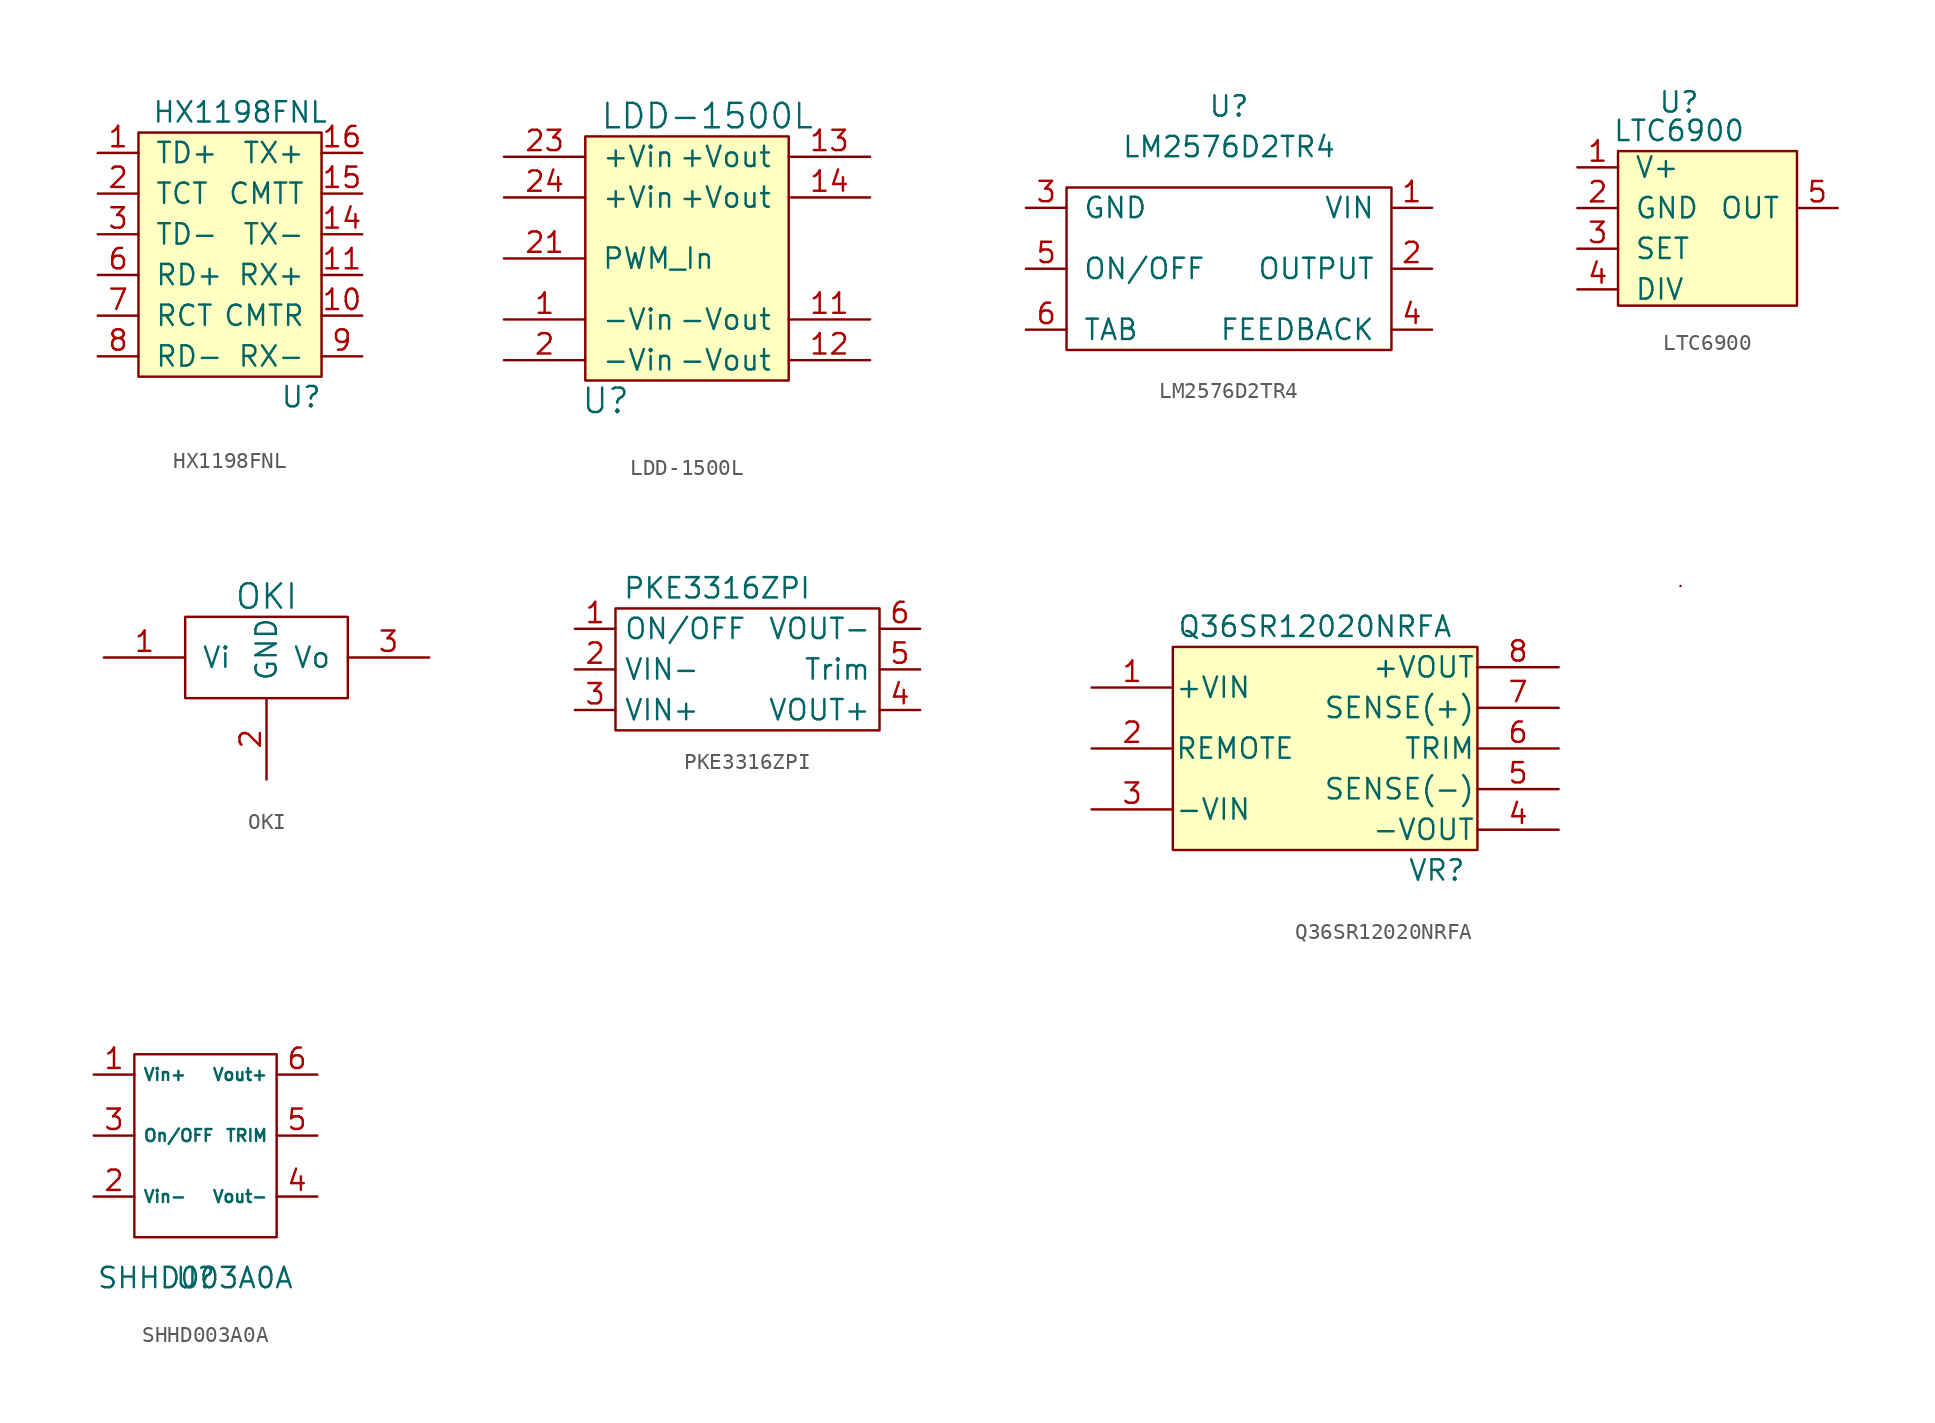
<source format=kicad_sym>
(kicad_symbol_lib
  (version 20231120)
  (generator "kicad_symbol_editor")
  (generator_version "8.0")
  (symbol "HX1198FNL"
    (pin_names
      (offset 1.016))
    (property "Reference" "U"
      (at 10.16 -1.27 0)
      (effects (font (size 1.27 1.27))))
    (property "Value" "HX1198FNL"
      (at 6.35 16.51 0)
      (effects (font (size 1.27 1.27))))
    (symbol "HX1198FNL_0_1"
      (rectangle (start 0 15.24) (end 11.43 0) (stroke (width 0) (type default)) (fill (type background))))
    (symbol "HX1198FNL_1_1"
      (pin input line (at -2.54 13.97 0) (length 2.54) (name "TD+" (effects (font (size 1.27 1.27)))) (number "1" (effects (font (size 1.27 1.27)))))
      (pin input line (at 13.97 3.81 180) (length 2.54) (name "CMTR" (effects (font (size 1.27 1.27)))) (number "10" (effects (font (size 1.27 1.27)))))
      (pin input line (at 13.97 6.35 180) (length 2.54) (name "RX+" (effects (font (size 1.27 1.27)))) (number "11" (effects (font (size 1.27 1.27)))))
      (pin input line (at 13.97 8.89 180) (length 2.54) (name "TX-" (effects (font (size 1.27 1.27)))) (number "14" (effects (font (size 1.27 1.27)))))
      (pin input line (at 13.97 11.43 180) (length 2.54) (name "CMTT" (effects (font (size 1.27 1.27)))) (number "15" (effects (font (size 1.27 1.27)))))
      (pin input line (at 13.97 13.97 180) (length 2.54) (name "TX+" (effects (font (size 1.27 1.27)))) (number "16" (effects (font (size 1.27 1.27)))))
      (pin input line (at -2.54 11.43 0) (length 2.54) (name "TCT" (effects (font (size 1.27 1.27)))) (number "2" (effects (font (size 1.27 1.27)))))
      (pin input line (at -2.54 8.89 0) (length 2.54) (name "TD-" (effects (font (size 1.27 1.27)))) (number "3" (effects (font (size 1.27 1.27)))))
      (pin input line (at -2.54 6.35 0) (length 2.54) (name "RD+" (effects (font (size 1.27 1.27)))) (number "6" (effects (font (size 1.27 1.27)))))
      (pin input line (at -2.54 3.81 0) (length 2.54) (name "RCT" (effects (font (size 1.27 1.27)))) (number "7" (effects (font (size 1.27 1.27)))))
      (pin input line (at -2.54 1.27 0) (length 2.54) (name "RD-" (effects (font (size 1.27 1.27)))) (number "8" (effects (font (size 1.27 1.27)))))
      (pin input line (at 13.97 1.27 180) (length 2.54) (name "RX-" (effects (font (size 1.27 1.27)))) (number "9" (effects (font (size 1.27 1.27)))))))
  (symbol "LDD-1500L"
    (pin_names
      (offset 1.016))
    (property "Reference" "U"
      (at 1.27 -1.27 0)
      (effects (font (size 1.524 1.524))))
    (property "Value" "LDD-1500L"
      (at 7.62 16.51 0)
      (effects (font (size 1.524 1.524))))
    (symbol "LDD-1500L_0_1"
      (rectangle (start 0 15.24) (end 12.7 0) (stroke (width 0) (type default)) (fill (type background))))
    (symbol "LDD-1500L_1_1"
      (pin passive line (at -5.08 3.81 0) (length 5.08) (name "-Vin" (effects (font (size 1.27 1.27)))) (number "1" (effects (font (size 1.27 1.27)))))
      (pin passive line (at 17.78 3.81 180) (length 5.08) (name "-Vout" (effects (font (size 1.27 1.27)))) (number "11" (effects (font (size 1.27 1.27)))))
      (pin passive line (at 17.78 1.27 180) (length 5.08) (name "-Vout" (effects (font (size 1.27 1.27)))) (number "12" (effects (font (size 1.27 1.27)))))
      (pin passive line (at 17.78 13.97 180) (length 5.08) (name "+Vout" (effects (font (size 1.27 1.27)))) (number "13" (effects (font (size 1.27 1.27)))))
      (pin passive line (at 17.78 11.43 180) (length 5.08) (name "+Vout" (effects (font (size 1.27 1.27)))) (number "14" (effects (font (size 1.27 1.27)))))
      (pin passive line (at -5.08 1.27 0) (length 5.08) (name "-Vin" (effects (font (size 1.27 1.27)))) (number "2" (effects (font (size 1.27 1.27)))))
      (pin passive line (at -5.08 7.62 0) (length 5.08) (name "PWM_In" (effects (font (size 1.27 1.27)))) (number "21" (effects (font (size 1.27 1.27)))))
      (pin passive line (at -5.08 13.97 0) (length 5.08) (name "+Vin" (effects (font (size 1.27 1.27)))) (number "23" (effects (font (size 1.27 1.27)))))
      (pin passive line (at -5.08 11.43 0) (length 5.08) (name "+Vin" (effects (font (size 1.27 1.27)))) (number "24" (effects (font (size 1.27 1.27)))))))
  (symbol "LM2576D2TR4"
    (pin_names
      (offset 1.016))
    (property "Reference" "U"
      (at 0 11.43 0)
      (effects (font (size 1.27 1.27))))
    (property "Value" "LM2576D2TR4"
      (at 0 8.89 0)
      (effects (font (size 1.27 1.27))))
    (symbol "LM2576D2TR4_0_1"
      (rectangle (start -10.16 6.35) (end 10.16 -3.81) (stroke (width 0) (type default)) (fill (type none))))
    (symbol "LM2576D2TR4_1_1"
      (pin input line (at 12.7 5.08 180) (length 2.54) (name "VIN" (effects (font (size 1.27 1.27)))) (number "1" (effects (font (size 1.27 1.27)))))
      (pin output line (at 12.7 1.27 180) (length 2.54) (name "OUTPUT" (effects (font (size 1.27 1.27)))) (number "2" (effects (font (size 1.27 1.27)))))
      (pin input line (at -12.7 5.08 0) (length 2.54) (name "GND" (effects (font (size 1.27 1.27)))) (number "3" (effects (font (size 1.27 1.27)))))
      (pin output line (at 12.7 -2.54 180) (length 2.54) (name "FEEDBACK" (effects (font (size 1.27 1.27)))) (number "4" (effects (font (size 1.27 1.27)))))
      (pin input line (at -12.7 1.27 0) (length 2.54) (name "ON/OFF" (effects (font (size 1.27 1.27)))) (number "5" (effects (font (size 1.27 1.27)))))
      (pin passive line (at -12.7 -2.54 0) (length 2.54) (name "TAB" (effects (font (size 1.27 1.27)))) (number "6" (effects (font (size 1.27 1.27)))))))
  (symbol "LTC6900"
    (pin_names
      (offset 1.016))
    (property "Reference" "U"
      (at 0 5.588 0)
      (effects (font (size 1.27 1.27))))
    (property "Value" "LTC6900"
      (at 0 3.81 0)
      (effects (font (size 1.27 1.27))))
    (symbol "LTC6900_0_1"
      (rectangle (start -3.81 2.54) (end 7.366 -7.112) (stroke (width 0) (type default)) (fill (type background))))
    (symbol "LTC6900_1_1"
      (pin power_in line (at -6.35 1.524 0) (length 2.54) (name "V+" (effects (font (size 1.27 1.27)))) (number "1" (effects (font (size 1.27 1.27)))))
      (pin power_in line (at -6.35 -1.016 0) (length 2.54) (name "GND" (effects (font (size 1.27 1.27)))) (number "2" (effects (font (size 1.27 1.27)))))
      (pin input line (at -6.35 -3.556 0) (length 2.54) (name "SET" (effects (font (size 1.27 1.27)))) (number "3" (effects (font (size 1.27 1.27)))))
      (pin input line (at -6.35 -6.096 0) (length 2.54) (name "DIV" (effects (font (size 1.27 1.27)))) (number "4" (effects (font (size 1.27 1.27)))))
      (pin input line (at 9.906 -1.016 180) (length 2.54) (name "OUT" (effects (font (size 1.27 1.27)))) (number "5" (effects (font (size 1.27 1.27)))))))
  (symbol "OKI"
    (pin_names
      (offset 1.016))
    (property "Reference" "U"
      (at 1.27 -1.27 0)
      (effects (font (size 1.524 1.524)) (hide yes)))
    (property "Value" "OKI"
      (at 5.08 6.35 0)
      (effects (font (size 1.524 1.524))))
    (symbol "OKI_0_1"
      (rectangle (start 0 0) (end 10.16 5.08) (stroke (width 0) (type default)) (fill (type none))))
    (symbol "OKI_1_1"
      (pin input line (at -5.08 2.54 0) (length 5.08) (name "Vi" (effects (font (size 1.27 1.27)))) (number "1" (effects (font (size 1.27 1.27)))))
      (pin output line (at 5.08 -5.08 90) (length 5.08) (name "GND" (effects (font (size 1.27 1.27)))) (number "2" (effects (font (size 1.27 1.27)))))
      (pin output line (at 15.24 2.54 180) (length 5.08) (name "Vo" (effects (font (size 1.27 1.27)))) (number "3" (effects (font (size 1.27 1.27)))))))
  (symbol "PKE3316ZPI"
    (property "Reference" "U"
      (at -1.27 -6.35 0)
      (effects (font (size 1.27 1.27)) (hide yes)))
    (property "Value" "PKE3316ZPI"
      (at 3.81 3.81 0)
      (effects (font (size 1.27 1.27))))
    (symbol "PKE3316ZPI_0_1"
      (rectangle (start -2.54 2.54) (end 13.97 -5.08) (stroke (width 0) (type default)) (fill (type none))))
    (symbol "PKE3316ZPI_1_1"
      (pin input line (at -5.08 1.27 0) (length 2.54) (name "ON/OFF" (effects (font (size 1.27 1.27)))) (number "1" (effects (font (size 1.27 1.27)))))
      (pin input line (at -5.08 -1.27 0) (length 2.54) (name "VIN-" (effects (font (size 1.27 1.27)))) (number "2" (effects (font (size 1.27 1.27)))))
      (pin input line (at -5.08 -3.81 0) (length 2.54) (name "VIN+" (effects (font (size 1.27 1.27)))) (number "3" (effects (font (size 1.27 1.27)))))
      (pin output line (at 16.51 -3.81 180) (length 2.54) (name "VOUT+" (effects (font (size 1.27 1.27)))) (number "4" (effects (font (size 1.27 1.27)))))
      (pin input line (at 16.51 -1.27 180) (length 2.54) (name "Trim" (effects (font (size 1.27 1.27)))) (number "5" (effects (font (size 1.27 1.27)))))
      (pin output line (at 16.51 1.27 180) (length 2.54) (name "VOUT-" (effects (font (size 1.27 1.27)))) (number "6" (effects (font (size 1.27 1.27)))))))
  (symbol "Q36SR12020NRFA"
    (pin_names
      (offset 0.127))
    (property "Reference" "VR"
      (at 16.51 -1.27 0)
      (effects (font (size 1.27 1.27))))
    (property "Value" "Q36SR12020NRFA"
      (at 8.89 13.97 0)
      (effects (font (size 1.27 1.27))))
    (symbol "Q36SR12020NRFA_0_0"
      (rectangle (start 31.75 16.51) (end 31.75 16.51) (stroke (width 0) (type default)) (fill (type none))))
    (symbol "Q36SR12020NRFA_0_1"
      (rectangle (start 0 12.7) (end 19.05 0) (stroke (width 0) (type default)) (fill (type background))))
    (symbol "Q36SR12020NRFA_1_1"
      (pin input line (at -5.08 10.16 0) (length 5.08) (name "+VIN" (effects (font (size 1.27 1.27)))) (number "1" (effects (font (size 1.27 1.27)))))
      (pin input line (at -5.08 6.35 0) (length 5.08) (name "REMOTE" (effects (font (size 1.27 1.27)))) (number "2" (effects (font (size 1.27 1.27)))))
      (pin input line (at -5.08 2.54 0) (length 5.08) (name "-VIN" (effects (font (size 1.27 1.27)))) (number "3" (effects (font (size 1.27 1.27)))))
      (pin output line (at 24.13 1.27 180) (length 5.08) (name "-VOUT" (effects (font (size 1.27 1.27)))) (number "4" (effects (font (size 1.27 1.27)))))
      (pin output line (at 24.13 3.81 180) (length 5.08) (name "SENSE(-)" (effects (font (size 1.27 1.27)))) (number "5" (effects (font (size 1.27 1.27)))))
      (pin output line (at 24.13 6.35 180) (length 5.08) (name "TRIM" (effects (font (size 1.27 1.27)))) (number "6" (effects (font (size 1.27 1.27)))))
      (pin output line (at 24.13 8.89 180) (length 5.08) (name "SENSE(+)" (effects (font (size 1.27 1.27)))) (number "7" (effects (font (size 1.27 1.27)))))
      (pin output line (at 24.13 11.43 180) (length 5.08) (name "+VOUT" (effects (font (size 1.27 1.27)))) (number "8" (effects (font (size 1.27 1.27)))))))
  (symbol "SHHD003A0A"
    (property "Reference" "U"
      (at 0 0 0)
      (effects (font (size 1.27 1.27))))
    (property "Value" "SHHD003A0A"
      (at 0 0 0)
      (effects (font (size 1.27 1.27))))
    (symbol "SHHD003A0A_0_1"
      (rectangle (start -3.81 13.97) (end 5.08 2.54) (stroke (width 0) (type default)) (fill (type none))))
    (symbol "SHHD003A0A_1_1"
      (pin input line (at -6.35 12.7 0) (length 2.54) (name "Vin+" (effects (font (size 0.75 0.75)))) (number "1" (effects (font (size 1.27 1.27)))))
      (pin input line (at -6.35 5.08 0) (length 2.54) (name "Vin-" (effects (font (size 0.75 0.75)))) (number "2" (effects (font (size 1.27 1.27)))))
      (pin input line (at -6.35 8.89 0) (length 2.54) (name "On/OFF" (effects (font (size 0.75 0.75)))) (number "3" (effects (font (size 1.27 1.27)))))
      (pin output line (at 7.62 5.08 180) (length 2.54) (name "Vout-" (effects (font (size 0.75 0.75)))) (number "4" (effects (font (size 1.27 1.27)))))
      (pin output line (at 7.62 8.89 180) (length 2.54) (name "TRIM" (effects (font (size 0.75 0.75)))) (number "5" (effects (font (size 1.27 1.27)))))
      (pin output line (at 7.62 12.7 180) (length 2.54) (name "Vout+" (effects (font (size 0.75 0.75)))) (number "6" (effects (font (size 1.27 1.27))))))))
</source>
